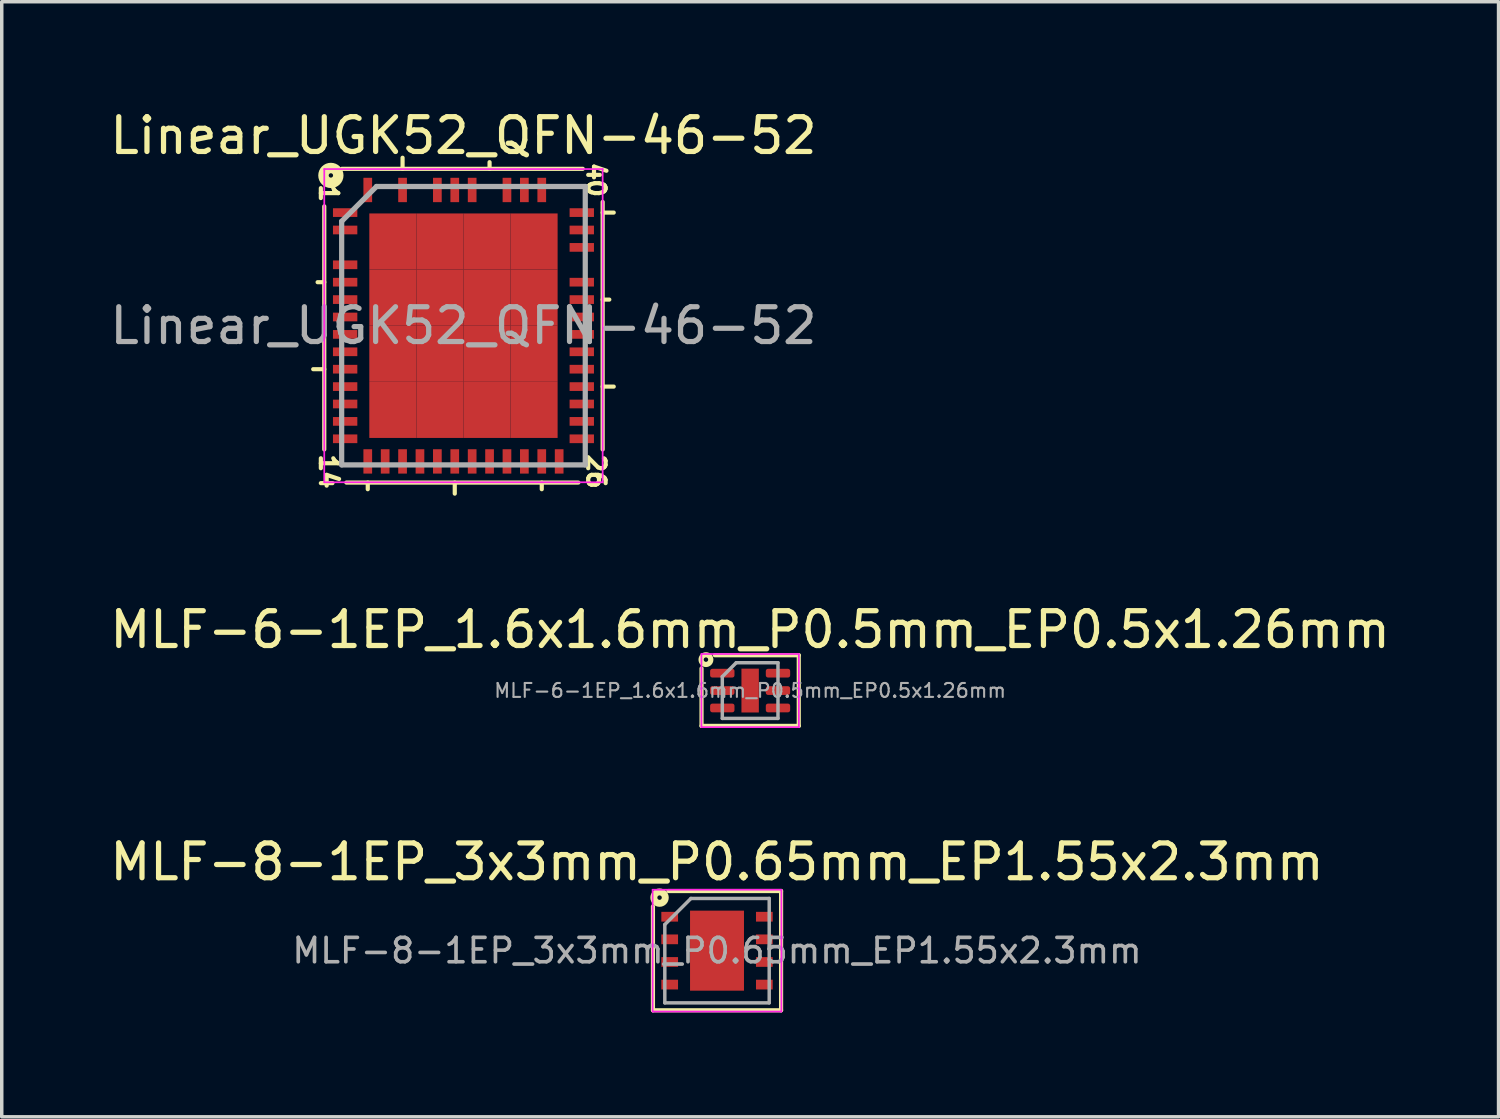
<source format=kicad_pcb>
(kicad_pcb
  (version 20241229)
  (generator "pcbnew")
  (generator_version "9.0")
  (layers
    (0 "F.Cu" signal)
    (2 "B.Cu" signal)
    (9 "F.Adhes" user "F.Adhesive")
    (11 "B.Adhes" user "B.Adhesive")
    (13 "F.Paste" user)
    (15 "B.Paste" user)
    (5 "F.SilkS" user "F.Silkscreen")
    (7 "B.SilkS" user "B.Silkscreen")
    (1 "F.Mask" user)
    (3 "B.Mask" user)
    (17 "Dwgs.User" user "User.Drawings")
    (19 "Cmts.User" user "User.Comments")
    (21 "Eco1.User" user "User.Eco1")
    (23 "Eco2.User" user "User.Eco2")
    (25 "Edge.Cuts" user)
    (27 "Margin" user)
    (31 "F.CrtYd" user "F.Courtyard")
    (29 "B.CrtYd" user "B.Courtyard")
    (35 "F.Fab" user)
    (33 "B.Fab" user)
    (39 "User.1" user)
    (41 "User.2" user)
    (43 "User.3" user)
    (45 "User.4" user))
  (footprint "MLF-8-1EP_3x3mm_P0.65mm_EP1.55x2.3mm"
    (layer "F.Cu")
    (at 17.554 24.268)
    (property "Reference" "MLF-8-1EP_3x3mm_P0.65mm_EP1.55x2.3mm" (at 0 -2.55 0) (layer "F.SilkS") (effects (font (size 1 1) (thickness 0.15))))
    (attr smd)
    (fp_line (start -1.841 1.714) (end -1.841 -1.27) (stroke (width 0.12) (type solid)) (layer "F.SilkS"))
    (fp_line (start -1.397 -1.714) (end 1.841 -1.714) (stroke (width 0.12) (type solid)) (layer "F.SilkS"))
    (fp_line (start 1.841 -1.714) (end 1.841 1.714) (stroke (width 0.12) (type solid)) (layer "F.SilkS"))
    (fp_line (start 1.841 1.714) (end -1.841 1.714) (stroke (width 0.12) (type solid)) (layer "F.SilkS"))
    (fp_circle (center -1.651 -1.524) (end -1.587 -1.524) (stroke (width 0.2) (type solid)) (fill no) (layer "F.SilkS"))
    (fp_line (start -1.85 -1.75) (end -1.85 1.75) (stroke (width 0.05) (type solid)) (layer "F.CrtYd"))
    (fp_line (start -1.85 -1.75) (end 1.85 -1.75) (stroke (width 0.05) (type solid)) (layer "F.CrtYd"))
    (fp_line (start -1.85 1.75) (end 1.85 1.75) (stroke (width 0.05) (type solid)) (layer "F.CrtYd"))
    (fp_line (start 1.85 -1.75) (end 1.85 1.75) (stroke (width 0.05) (type solid)) (layer "F.CrtYd"))
    (fp_line (start -1.5 -0.75) (end -0.75 -1.5) (stroke (width 0.1) (type solid)) (layer "F.Fab"))
    (fp_line (start -1.5 1.5) (end -1.5 -0.75) (stroke (width 0.1) (type solid)) (layer "F.Fab"))
    (fp_line (start -0.75 -1.5) (end 1.5 -1.5) (stroke (width 0.1) (type solid)) (layer "F.Fab"))
    (fp_line (start 1.5 -1.5) (end 1.5 1.5) (stroke (width 0.1) (type solid)) (layer "F.Fab"))
    (fp_line (start 1.5 1.5) (end -1.5 1.5) (stroke (width 0.1) (type solid)) (layer "F.Fab"))
    (fp_text user "${REFERENCE}" (at 0 0 0) (layer "F.Fab") (effects (font (size 0.7 0.7) (thickness 0.105))))
    (pad "" smd rect (at 0 -0.9) (size 1.5 0.4) (layers "F.Paste"))
    (pad "" smd rect (at 0 0) (size 1.5 0.65) (layers "F.Paste"))
    (pad "" smd rect (at 0 0.9) (size 1.5 0.4) (layers "F.Paste"))
    (pad "1" smd rect (at -1.36 -0.975) (size 0.48 0.28) (layers "F.Cu" "F.Mask" "F.Paste"))
    (pad "2" smd rect (at -1.36 -0.325) (size 0.48 0.28) (layers "F.Cu" "F.Mask" "F.Paste"))
    (pad "3" smd rect (at -1.36 0.325) (size 0.48 0.28) (layers "F.Cu" "F.Mask" "F.Paste"))
    (pad "4" smd rect (at -1.36 0.975) (size 0.48 0.28) (layers "F.Cu" "F.Mask" "F.Paste"))
    (pad "5" smd rect (at 1.36 0.975) (size 0.48 0.28) (layers "F.Cu" "F.Mask" "F.Paste"))
    (pad "6" smd rect (at 1.36 0.325) (size 0.48 0.28) (layers "F.Cu" "F.Mask" "F.Paste"))
    (pad "7" smd rect (at 1.36 -0.325) (size 0.48 0.28) (layers "F.Cu" "F.Mask" "F.Paste"))
    (pad "8" smd rect (at 1.36 -0.975) (size 0.48 0.28) (layers "F.Cu" "F.Mask" "F.Paste"))
    (pad "9" smd rect (at 0 0) (size 1.55 2.3) (layers "F.Cu" "F.Mask")))
  (footprint "Linear_UGK52_QFN-46-52"
    (layer "F.Cu")
    (at 10.268 6.309)
    (property "Reference" "Linear_UGK52_QFN-46-52" (at 0 -5.461 0) (layer "F.SilkS") (effects (font (size 1 1) (thickness 0.15))))
    (attr smd)
    (fp_line (start -4 -3.429) (end -4 3.556) (stroke (width 0.12) (type solid)) (layer "F.SilkS"))
    (fp_line (start -4 -1.25) (end -4.191 -1.25) (stroke (width 0.12) (type solid)) (layer "F.SilkS"))
    (fp_line (start -4 1.25) (end -4.318 1.25) (stroke (width 0.12) (type solid)) (layer "F.SilkS"))
    (fp_line (start -3.365 4.508) (end 3.302 4.508) (stroke (width 0.12) (type solid)) (layer "F.SilkS"))
    (fp_line (start -2.75 4.508) (end -2.75 4.699) (stroke (width 0.12) (type solid)) (layer "F.SilkS"))
    (fp_line (start -1.75 -4.508) (end -1.75 -4.826) (stroke (width 0.12) (type solid)) (layer "F.SilkS"))
    (fp_line (start -0.25 4.508) (end -0.25 4.826) (stroke (width 0.12) (type solid)) (layer "F.SilkS"))
    (fp_line (start 0.75 -4.508) (end 0.75 -4.699) (stroke (width 0.12) (type solid)) (layer "F.SilkS"))
    (fp_line (start 2.25 4.508) (end 2.25 4.699) (stroke (width 0.12) (type solid)) (layer "F.SilkS"))
    (fp_line (start 3.429 -4.508) (end -3.493 -4.508) (stroke (width 0.12) (type solid)) (layer "F.SilkS"))
    (fp_line (start 4 -3.25) (end 4.318 -3.25) (stroke (width 0.12) (type solid)) (layer "F.SilkS"))
    (fp_line (start 4 -0.75) (end 4.191 -0.75) (stroke (width 0.12) (type solid)) (layer "F.SilkS"))
    (fp_line (start 4 1.75) (end 4.318 1.75) (stroke (width 0.12) (type solid)) (layer "F.SilkS"))
    (fp_line (start 4 3.556) (end 4 -3.556) (stroke (width 0.12) (type solid)) (layer "F.SilkS"))
    (fp_circle (center -3.81 -4.318) (end -3.747 -4.318) (stroke (width 0.3) (type solid)) (fill no) (layer "F.SilkS"))
    (fp_line (start -4 -4.5) (end -4 4.5) (stroke (width 0.05) (type solid)) (layer "F.CrtYd"))
    (fp_line (start -4 -4.5) (end 4 -4.5) (stroke (width 0.05) (type solid)) (layer "F.CrtYd"))
    (fp_line (start -4 4.5) (end 4 4.5) (stroke (width 0.05) (type solid)) (layer "F.CrtYd"))
    (fp_line (start 4 -4.5) (end 4 4.5) (stroke (width 0.05) (type solid)) (layer "F.CrtYd"))
    (fp_line (start -3.5 -3) (end -2.5 -4) (stroke (width 0.15) (type solid)) (layer "F.Fab"))
    (fp_line (start -3.5 4) (end -3.5 -3) (stroke (width 0.15) (type solid)) (layer "F.Fab"))
    (fp_line (start -2.5 -4) (end 3.5 -4) (stroke (width 0.15) (type solid)) (layer "F.Fab"))
    (fp_line (start 3.5 -4) (end 3.5 4) (stroke (width 0.15) (type solid)) (layer "F.Fab"))
    (fp_line (start 3.5 4) (end -3.5 4) (stroke (width 0.15) (type solid)) (layer "F.Fab"))
    (fp_text user "1" (at -3.873 -3.81 270) (unlocked yes) (layer "F.SilkS") (effects (font (size 0.5 0.5) (thickness 0.12))))
    (fp_text user "26" (at 3.81 4.191 270) (unlocked yes) (layer "F.SilkS") (effects (font (size 0.5 0.5) (thickness 0.12))))
    (fp_text user "14" (at -3.873 4.191 270) (unlocked yes) (layer "F.SilkS") (effects (font (size 0.5 0.5) (thickness 0.12))))
    (fp_text user "40" (at 3.81 -4.191 270) (unlocked yes) (layer "F.SilkS") (effects (font (size 0.5 0.5) (thickness 0.12))))
    (fp_text user "${REFERENCE}" (at 0 0 0) (layer "F.Fab") (effects (font (size 1 1) (thickness 0.15))))
    (pad "1" smd rect (at -3.4 -3.25) (size 0.7 0.25) (layers "F.Cu" "F.Mask" "F.Paste"))
    (pad "2" smd rect (at -3.4 -2.75) (size 0.7 0.25) (layers "F.Cu" "F.Mask" "F.Paste"))
    (pad "4" smd rect (at -3.4 -1.75) (size 0.7 0.25) (layers "F.Cu" "F.Mask" "F.Paste"))
    (pad "5" smd rect (at -3.4 -1.25) (size 0.7 0.25) (layers "F.Cu" "F.Mask" "F.Paste"))
    (pad "6" smd rect (at -3.4 -0.75) (size 0.7 0.25) (layers "F.Cu" "F.Mask" "F.Paste"))
    (pad "7" smd rect (at -3.4 -0.25) (size 0.7 0.25) (layers "F.Cu" "F.Mask" "F.Paste"))
    (pad "8" smd rect (at -3.4 0.25) (size 0.7 0.25) (layers "F.Cu" "F.Mask" "F.Paste"))
    (pad "9" smd rect (at -3.4 0.75) (size 0.7 0.25) (layers "F.Cu" "F.Mask" "F.Paste"))
    (pad "10" smd rect (at -3.4 1.25) (size 0.7 0.25) (layers "F.Cu" "F.Mask" "F.Paste"))
    (pad "11" smd rect (at -3.4 1.75) (size 0.7 0.25) (layers "F.Cu" "F.Mask" "F.Paste"))
    (pad "12" smd rect (at -3.4 2.25) (size 0.7 0.25) (layers "F.Cu" "F.Mask" "F.Paste"))
    (pad "13" smd rect (at -3.4 2.75) (size 0.7 0.25) (layers "F.Cu" "F.Mask" "F.Paste"))
    (pad "14" smd rect (at -3.4 3.25) (size 0.7 0.25) (layers "F.Cu" "F.Mask" "F.Paste"))
    (pad "15" smd rect (at -2.75 3.9 90) (size 0.7 0.25) (layers "F.Cu" "F.Mask" "F.Paste"))
    (pad "16" smd rect (at -2.25 3.9 90) (size 0.7 0.25) (layers "F.Cu" "F.Mask" "F.Paste"))
    (pad "17" smd rect (at -1.75 3.9 90) (size 0.7 0.25) (layers "F.Cu" "F.Mask" "F.Paste"))
    (pad "18" smd rect (at -1.25 3.9 90) (size 0.7 0.25) (layers "F.Cu" "F.Mask" "F.Paste"))
    (pad "19" smd rect (at -0.75 3.9 90) (size 0.7 0.25) (layers "F.Cu" "F.Mask" "F.Paste"))
    (pad "20" smd rect (at -0.25 3.9 90) (size 0.7 0.25) (layers "F.Cu" "F.Mask" "F.Paste"))
    (pad "21" smd rect (at 0.25 3.9 90) (size 0.7 0.25) (layers "F.Cu" "F.Mask" "F.Paste"))
    (pad "22" smd rect (at 0.75 3.9 90) (size 0.7 0.25) (layers "F.Cu" "F.Mask" "F.Paste"))
    (pad "23" smd rect (at 1.25 3.9 90) (size 0.7 0.25) (layers "F.Cu" "F.Mask" "F.Paste"))
    (pad "24" smd rect (at 1.75 3.9 90) (size 0.7 0.25) (layers "F.Cu" "F.Mask" "F.Paste"))
    (pad "25" smd rect (at 2.25 3.9 90) (size 0.7 0.25) (layers "F.Cu" "F.Mask" "F.Paste"))
    (pad "26" smd rect (at 2.75 3.9 90) (size 0.7 0.25) (layers "F.Cu" "F.Mask" "F.Paste"))
    (pad "27" smd rect (at 3.4 3.25) (size 0.7 0.25) (layers "F.Cu" "F.Mask" "F.Paste"))
    (pad "28" smd rect (at 3.4 2.75) (size 0.7 0.25) (layers "F.Cu" "F.Mask" "F.Paste"))
    (pad "29" smd rect (at 3.4 2.25) (size 0.7 0.25) (layers "F.Cu" "F.Mask" "F.Paste"))
    (pad "30" smd rect (at 3.4 1.75) (size 0.7 0.25) (layers "F.Cu" "F.Mask" "F.Paste"))
    (pad "31" smd rect (at 3.4 1.25) (size 0.7 0.25) (layers "F.Cu" "F.Mask" "F.Paste"))
    (pad "32" smd rect (at 3.4 0.75) (size 0.7 0.25) (layers "F.Cu" "F.Mask" "F.Paste"))
    (pad "33" smd rect (at 3.4 0.25) (size 0.7 0.25) (layers "F.Cu" "F.Mask" "F.Paste"))
    (pad "34" smd rect (at 3.4 -0.25) (size 0.7 0.25) (layers "F.Cu" "F.Mask" "F.Paste"))
    (pad "35" smd rect (at 3.4 -0.75) (size 0.7 0.25) (layers "F.Cu" "F.Mask" "F.Paste"))
    (pad "36" smd rect (at 3.4 -1.25) (size 0.7 0.25) (layers "F.Cu" "F.Mask" "F.Paste"))
    (pad "38" smd rect (at 3.4 -2.25) (size 0.7 0.25) (layers "F.Cu" "F.Mask" "F.Paste"))
    (pad "39" smd rect (at 3.4 -2.75) (size 0.7 0.25) (layers "F.Cu" "F.Mask" "F.Paste"))
    (pad "40" smd rect (at 3.4 -3.25) (size 0.7 0.25) (layers "F.Cu" "F.Mask" "F.Paste"))
    (pad "42" smd rect (at 2.25 -3.9 90) (size 0.7 0.25) (layers "F.Cu" "F.Mask" "F.Paste"))
    (pad "43" smd rect (at 1.75 -3.9 90) (size 0.7 0.25) (layers "F.Cu" "F.Mask" "F.Paste"))
    (pad "44" smd rect (at 1.25 -3.9 90) (size 0.7 0.25) (layers "F.Cu" "F.Mask" "F.Paste"))
    (pad "46" smd rect (at 0.25 -3.9 90) (size 0.7 0.25) (layers "F.Cu" "F.Mask" "F.Paste"))
    (pad "47" smd rect (at -0.25 -3.9 90) (size 0.7 0.25) (layers "F.Cu" "F.Mask" "F.Paste"))
    (pad "48" smd rect (at -0.75 -3.9 90) (size 0.7 0.25) (layers "F.Cu" "F.Mask" "F.Paste"))
    (pad "50" smd rect (at -1.75 -3.9 90) (size 0.7 0.25) (layers "F.Cu" "F.Mask" "F.Paste"))
    (pad "52" smd rect (at -2.75 -3.9 90) (size 0.7 0.25) (layers "F.Cu" "F.Mask" "F.Paste"))
    (pad "53" smd rect (at -2.029 -2.419) (size 1.353 1.613) (layers "F.Cu" "F.Mask" "F.Paste"))
    (pad "53" smd rect (at -2.029 -0.806) (size 1.353 1.613) (layers "F.Cu" "F.Mask" "F.Paste"))
    (pad "53" smd rect (at -2.029 0.806) (size 1.353 1.613) (layers "F.Cu" "F.Mask" "F.Paste"))
    (pad "53" smd rect (at -2.029 2.419) (size 1.353 1.613) (layers "F.Cu" "F.Mask" "F.Paste"))
    (pad "53" smd rect (at -0.676 -2.419) (size 1.353 1.613) (layers "F.Cu" "F.Mask" "F.Paste"))
    (pad "53" smd rect (at -0.676 -0.806) (size 1.353 1.613) (layers "F.Cu" "F.Mask" "F.Paste"))
    (pad "53" smd rect (at -0.676 0.806) (size 1.353 1.613) (layers "F.Cu" "F.Mask" "F.Paste"))
    (pad "53" smd rect (at -0.676 2.419) (size 1.353 1.613) (layers "F.Cu" "F.Mask" "F.Paste"))
    (pad "53" smd rect (at 0.676 -2.419) (size 1.353 1.613) (layers "F.Cu" "F.Mask" "F.Paste"))
    (pad "53" smd rect (at 0.676 -0.806) (size 1.353 1.613) (layers "F.Cu" "F.Mask" "F.Paste"))
    (pad "53" smd rect (at 0.676 0.806) (size 1.353 1.613) (layers "F.Cu" "F.Mask" "F.Paste"))
    (pad "53" smd rect (at 0.676 2.419) (size 1.353 1.613) (layers "F.Cu" "F.Mask" "F.Paste"))
    (pad "53" smd rect (at 2.029 -2.419) (size 1.353 1.613) (layers "F.Cu" "F.Mask" "F.Paste"))
    (pad "53" smd rect (at 2.029 -0.806) (size 1.353 1.613) (layers "F.Cu" "F.Mask" "F.Paste"))
    (pad "53" smd rect (at 2.029 0.806) (size 1.353 1.613) (layers "F.Cu" "F.Mask" "F.Paste"))
    (pad "53" smd rect (at 2.029 2.419) (size 1.353 1.613) (layers "F.Cu" "F.Mask" "F.Paste")))
  (footprint "MLF-6-1EP_1.6x1.6mm_P0.5mm_EP0.5x1.26mm"
    (layer "F.Cu")
    (at 18.506 16.794)
    (property "Reference" "MLF-6-1EP_1.6x1.6mm_P0.5mm_EP0.5x1.26mm" (at 0 -1.75 0) (layer "F.SilkS") (effects (font (size 1 1) (thickness 0.15))))
    (attr smd)
    (fp_line (start -1.397 1.016) (end -1.397 -0.635) (stroke (width 0.12) (type solid)) (layer "F.SilkS"))
    (fp_line (start -1.016 -1.016) (end 1.397 -1.016) (stroke (width 0.12) (type solid)) (layer "F.SilkS"))
    (fp_line (start 1.397 -1.016) (end 1.397 1.016) (stroke (width 0.12) (type solid)) (layer "F.SilkS"))
    (fp_line (start 1.397 1.016) (end -1.397 1.016) (stroke (width 0.12) (type solid)) (layer "F.SilkS"))
    (fp_circle (center -1.27 -0.889) (end -1.206 -0.889) (stroke (width 0.15) (type solid)) (fill no) (layer "F.SilkS"))
    (fp_line (start -1.4 -1.05) (end -1.4 1.05) (stroke (width 0.05) (type solid)) (layer "F.CrtYd"))
    (fp_line (start -1.4 1.05) (end 1.4 1.05) (stroke (width 0.05) (type solid)) (layer "F.CrtYd"))
    (fp_line (start 1.4 -1.05) (end -1.4 -1.05) (stroke (width 0.05) (type solid)) (layer "F.CrtYd"))
    (fp_line (start 1.4 1.05) (end 1.4 -1.05) (stroke (width 0.05) (type solid)) (layer "F.CrtYd"))
    (fp_line (start -0.8 -0.4) (end -0.4 -0.8) (stroke (width 0.1) (type solid)) (layer "F.Fab"))
    (fp_line (start -0.8 0.8) (end -0.8 -0.4) (stroke (width 0.1) (type solid)) (layer "F.Fab"))
    (fp_line (start -0.4 -0.8) (end 0.8 -0.8) (stroke (width 0.1) (type solid)) (layer "F.Fab"))
    (fp_line (start 0.8 -0.8) (end 0.8 0.8) (stroke (width 0.1) (type solid)) (layer "F.Fab"))
    (fp_line (start 0.8 0.8) (end -0.8 0.8) (stroke (width 0.1) (type solid)) (layer "F.Fab"))
    (fp_text user "${REFERENCE}" (at 0 0 0) (layer "F.Fab") (effects (font (size 0.4 0.4) (thickness 0.06))))
    (pad "" smd roundrect (at 0 -0.315) (size 0.4 0.51) (layers "F.Paste") (roundrect_rratio 0.25))
    (pad "" smd roundrect (at 0 0.315) (size 0.4 0.51) (layers "F.Paste") (roundrect_rratio 0.25))
    (pad "1" smd roundrect (at -0.8 -0.5) (size 0.7 0.25) (layers "F.Cu" "F.Mask" "F.Paste") (roundrect_rratio 0.25))
    (pad "2" smd roundrect (at -0.8 0) (size 0.7 0.25) (layers "F.Cu" "F.Mask" "F.Paste") (roundrect_rratio 0.25))
    (pad "3" smd roundrect (at -0.8 0.5) (size 0.7 0.25) (layers "F.Cu" "F.Mask" "F.Paste") (roundrect_rratio 0.25))
    (pad "4" smd roundrect (at 0.8 0.5) (size 0.7 0.25) (layers "F.Cu" "F.Mask" "F.Paste") (roundrect_rratio 0.25))
    (pad "5" smd roundrect (at 0.8 0) (size 0.7 0.25) (layers "F.Cu" "F.Mask" "F.Paste") (roundrect_rratio 0.25))
    (pad "6" smd roundrect (at 0.8 -0.5) (size 0.7 0.25) (layers "F.Cu" "F.Mask" "F.Paste") (roundrect_rratio 0.25))
    (pad "7" smd rect (at 0 0) (size 0.5 1.26) (layers "F.Cu" "F.Mask")))
  (gr_rect
    (start -3 -3)
    (end 40.012 29.043)
    (stroke (width 0.1) (type default))
    (fill no)
    (layer "Edge.Cuts")))
</source>
